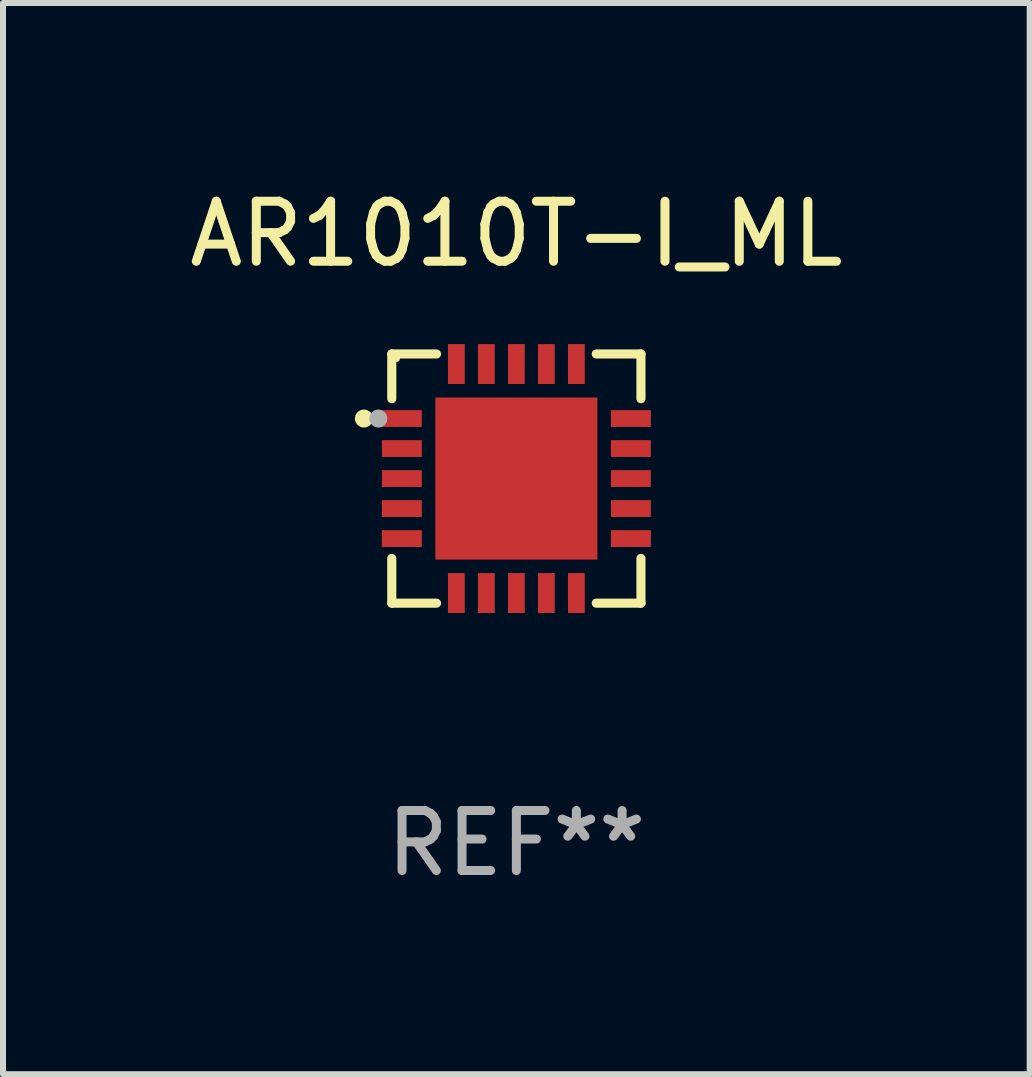
<source format=kicad_pcb>
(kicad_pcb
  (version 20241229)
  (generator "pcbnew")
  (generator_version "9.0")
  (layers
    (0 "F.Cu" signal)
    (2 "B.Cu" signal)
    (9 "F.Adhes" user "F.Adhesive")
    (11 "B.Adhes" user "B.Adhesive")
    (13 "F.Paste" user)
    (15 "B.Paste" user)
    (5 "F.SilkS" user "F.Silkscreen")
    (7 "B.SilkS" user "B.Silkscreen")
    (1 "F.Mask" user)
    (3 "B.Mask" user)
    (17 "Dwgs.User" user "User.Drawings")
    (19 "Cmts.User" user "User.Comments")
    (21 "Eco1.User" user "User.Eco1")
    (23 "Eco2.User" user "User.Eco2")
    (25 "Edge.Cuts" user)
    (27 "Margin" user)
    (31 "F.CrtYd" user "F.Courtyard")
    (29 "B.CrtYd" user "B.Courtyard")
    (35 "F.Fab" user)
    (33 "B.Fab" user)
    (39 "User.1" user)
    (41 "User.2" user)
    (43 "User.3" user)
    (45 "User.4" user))
  (footprint "AR1010T-I_ML"
    (layer "F.Cu")
    (at 5.554 4.924)
    (property "Reference" "AR1010T-I_ML" (at 0 -4.076 0) (layer "F.SilkS") (effects (font (size 1 1) (thickness 0.15))))
    (attr through_hole)
    (fp_line (start -2.076 -2.076) (end -2.076 -1.331) (stroke (width 0.152) (type solid)) (layer "F.SilkS"))
    (fp_line (start -2.076 2.076) (end -2.076 1.331) (stroke (width 0.152) (type solid)) (layer "F.SilkS"))
    (fp_line (start -1.331 -2.076) (end -2.076 -2.076) (stroke (width 0.152) (type solid)) (layer "F.SilkS"))
    (fp_line (start -1.331 2.076) (end -2.076 2.076) (stroke (width 0.152) (type solid)) (layer "F.SilkS"))
    (fp_line (start 1.331 -2.076) (end 2.076 -2.076) (stroke (width 0.152) (type solid)) (layer "F.SilkS"))
    (fp_line (start 1.331 2.076) (end 2.076 2.076) (stroke (width 0.152) (type solid)) (layer "F.SilkS"))
    (fp_line (start 2.076 -2.076) (end 2.076 -1.331) (stroke (width 0.152) (type solid)) (layer "F.SilkS"))
    (fp_line (start 2.076 2.076) (end 2.076 1.331) (stroke (width 0.152) (type solid)) (layer "F.SilkS"))
    (fp_circle (center -2.54 -1) (end -2.465 -1) (stroke (width 0.15) (type solid)) (fill no) (layer "F.SilkS"))
    (fp_circle (center -2 -2) (end -1.97 -2) (stroke (width 0.06) (type solid)) (fill no) (layer "F.SilkS"))
    (fp_circle (center -2.3 -1) (end -2.225 -1) (stroke (width 0.15) (type solid)) (fill no) (layer "F.Fab"))
    (fp_text user "REF**" (at 0 6.076 0) (layer "F.Fab") (effects (font (size 1 1) (thickness 0.15))))
    (pad "1" smd rect (at -1.908 -1) (size 0.665 0.28) (layers "F.Cu" "F.Mask" "F.Paste"))
    (pad "2" smd rect (at -1.908 -0.5) (size 0.665 0.28) (layers "F.Cu" "F.Mask" "F.Paste"))
    (pad "3" smd rect (at -1.908 0) (size 0.665 0.28) (layers "F.Cu" "F.Mask" "F.Paste"))
    (pad "4" smd rect (at -1.908 0.5) (size 0.665 0.28) (layers "F.Cu" "F.Mask" "F.Paste"))
    (pad "5" smd rect (at -1.908 1) (size 0.665 0.28) (layers "F.Cu" "F.Mask" "F.Paste"))
    (pad "6" smd rect (at -1 1.908) (size 0.28 0.665) (layers "F.Cu" "F.Mask" "F.Paste"))
    (pad "7" smd rect (at -0.5 1.908) (size 0.28 0.665) (layers "F.Cu" "F.Mask" "F.Paste"))
    (pad "8" smd rect (at 0 1.908) (size 0.28 0.665) (layers "F.Cu" "F.Mask" "F.Paste"))
    (pad "9" smd rect (at 0.5 1.908) (size 0.28 0.665) (layers "F.Cu" "F.Mask" "F.Paste"))
    (pad "10" smd rect (at 1 1.908) (size 0.28 0.665) (layers "F.Cu" "F.Mask" "F.Paste"))
    (pad "11" smd rect (at 1.908 1) (size 0.665 0.28) (layers "F.Cu" "F.Mask" "F.Paste"))
    (pad "12" smd rect (at 1.908 0.5) (size 0.665 0.28) (layers "F.Cu" "F.Mask" "F.Paste"))
    (pad "13" smd rect (at 1.908 0) (size 0.665 0.28) (layers "F.Cu" "F.Mask" "F.Paste"))
    (pad "14" smd rect (at 1.908 -0.5) (size 0.665 0.28) (layers "F.Cu" "F.Mask" "F.Paste"))
    (pad "15" smd rect (at 1.908 -1) (size 0.665 0.28) (layers "F.Cu" "F.Mask" "F.Paste"))
    (pad "16" smd rect (at 1 -1.908) (size 0.28 0.665) (layers "F.Cu" "F.Mask" "F.Paste"))
    (pad "17" smd rect (at 0.5 -1.908) (size 0.28 0.665) (layers "F.Cu" "F.Mask" "F.Paste"))
    (pad "18" smd rect (at 0 -1.908) (size 0.28 0.665) (layers "F.Cu" "F.Mask" "F.Paste"))
    (pad "19" smd rect (at -0.5 -1.908) (size 0.28 0.665) (layers "F.Cu" "F.Mask" "F.Paste"))
    (pad "20" smd rect (at -1 -1.908) (size 0.28 0.665) (layers "F.Cu" "F.Mask" "F.Paste"))
    (pad "21" smd rect (at 0 0) (size 2.7 2.7) (layers "F.Cu" "F.Mask" "F.Paste")))
  (gr_rect
    (start -3 -3)
    (end 14.107 14.849)
    (stroke (width 0.1) (type default))
    (fill no)
    (layer "Edge.Cuts")))
</source>
